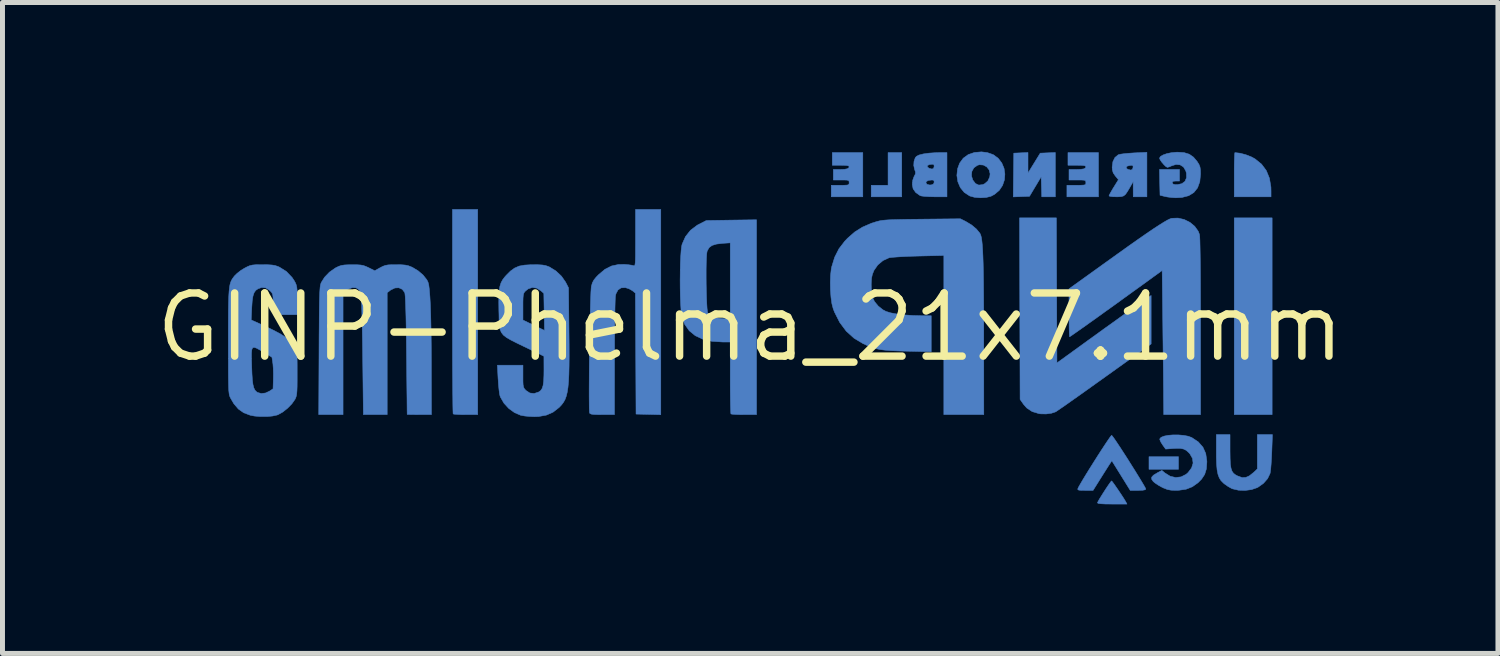
<source format=kicad_pcb>
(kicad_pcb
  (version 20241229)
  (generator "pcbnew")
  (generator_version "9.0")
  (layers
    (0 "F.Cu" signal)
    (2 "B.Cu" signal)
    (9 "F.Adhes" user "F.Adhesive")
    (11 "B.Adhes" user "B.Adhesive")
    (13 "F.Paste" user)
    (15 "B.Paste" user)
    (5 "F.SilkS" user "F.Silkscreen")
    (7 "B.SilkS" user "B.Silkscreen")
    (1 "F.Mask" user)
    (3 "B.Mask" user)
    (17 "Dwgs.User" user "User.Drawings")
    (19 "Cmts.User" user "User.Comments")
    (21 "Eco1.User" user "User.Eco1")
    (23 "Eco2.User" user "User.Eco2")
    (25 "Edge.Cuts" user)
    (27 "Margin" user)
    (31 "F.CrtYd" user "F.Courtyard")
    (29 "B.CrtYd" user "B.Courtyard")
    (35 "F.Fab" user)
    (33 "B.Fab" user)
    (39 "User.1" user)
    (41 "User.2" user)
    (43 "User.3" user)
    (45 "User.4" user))
  (footprint "GINP-Phelma_21x7.1mm"
    (layer "F.Cu")
    (at 12.042 3.534)
    (property "Reference" "GINP-Phelma_21x7.1mm" (at 0 0 0) (layer "F.SilkS") (effects (font (size 1.27 1.27) (thickness 0.15))))
    (attr through_hole)
    (fp_poly (pts (xy 8.615 2.857) (xy 8.022 2.857) (xy 8.022 2.603) (xy 8.615 2.603) (xy 8.615 2.857)) (stroke (width 0.01) (type solid)) (fill yes) (layer "B.Cu"))
    (fp_poly (pts (xy 10.499 1.757) (xy 9.737 1.757) (xy 9.737 -2.201) (xy 10.499 -2.201) (xy 10.499 1.757)) (stroke (width 0.01) (type solid)) (fill yes) (layer "B.Cu"))
    (fp_poly (pts (xy 3.048 -2.625) (xy 2.434 -2.625) (xy 2.434 -2.857) (xy 2.773 -2.857) (xy 2.773 -3.514) (xy 3.048 -3.514) (xy 3.048 -2.625)) (stroke (width 0.01) (type solid)) (fill yes) (layer "B.Cu"))
    (fp_poly (pts (xy 5.588 -3.103) (xy 5.834 -3.503) (xy 6.138 -3.516) (xy 6.138 -2.625) (xy 5.865 -2.625) (xy 5.859 -2.826) (xy 5.853 -3.028) (xy 5.618 -2.635) (xy 5.454 -2.629) (xy 5.291 -2.623) (xy 5.302 -3.503) (xy 5.588 -3.516) (xy 5.588 -3.103)) (stroke (width 0.01) (type solid)) (fill yes) (layer "B.Cu"))
    (fp_poly (pts (xy 9.854 -3.502) (xy 9.972 -3.471) (xy 10.086 -3.426) (xy 10.155 -3.388) (xy 10.286 -3.282) (xy 10.382 -3.153) (xy 10.445 -2.999) (xy 10.475 -2.821) (xy 10.477 -2.738) (xy 10.477 -2.625) (xy 9.737 -2.625) (xy 9.737 -3.069) (xy 9.737 -3.201) (xy 9.739 -3.318) (xy 9.742 -3.412) (xy 9.745 -3.479) (xy 9.749 -3.511) (xy 9.751 -3.514) (xy 9.854 -3.502)) (stroke (width 0.01) (type solid)) (fill yes) (layer "B.Cu"))
    (fp_poly (pts (xy -5.482 1.757) (xy -5.722 1.757) (xy -5.819 1.756) (xy -5.9 1.752) (xy -5.955 1.748) (xy -5.976 1.743) (xy -5.978 1.72) (xy -5.98 1.658) (xy -5.982 1.559) (xy -5.983 1.427) (xy -5.985 1.264) (xy -5.986 1.073) (xy -5.988 0.857) (xy -5.989 0.62) (xy -5.989 0.363) (xy -5.99 0.09) (xy -5.99 -0.196) (xy -5.99 -0.321) (xy -5.99 -2.371) (xy -5.482 -2.371) (xy -5.482 1.757)) (stroke (width 0.01) (type solid)) (fill yes) (layer "B.Cu"))
    (fp_poly (pts (xy 7.285 3.107) (xy 7.317 3.15) (xy 7.361 3.213) (xy 7.411 3.286) (xy 7.462 3.362) (xy 7.507 3.431) (xy 7.541 3.486) (xy 7.554 3.508) (xy 7.579 3.556) (xy 7.282 3.556) (xy 7.149 3.555) (xy 7.056 3.55) (xy 7.002 3.543) (xy 6.985 3.532) (xy 6.996 3.507) (xy 7.024 3.457) (xy 7.066 3.389) (xy 7.114 3.313) (xy 7.163 3.237) (xy 7.209 3.169) (xy 7.245 3.118) (xy 7.267 3.092) (xy 7.27 3.09) (xy 7.285 3.107)) (stroke (width 0.01) (type solid)) (fill yes) (layer "B.Cu"))
    (fp_poly (pts (xy 2.265 -2.625) (xy 1.63 -2.625) (xy 1.63 -2.857) (xy 1.81 -2.857) (xy 1.897 -2.858) (xy 1.95 -2.861) (xy 1.978 -2.869) (xy 1.988 -2.885) (xy 1.99 -2.91) (xy 1.988 -2.937) (xy 1.976 -2.953) (xy 1.945 -2.961) (xy 1.887 -2.963) (xy 1.831 -2.963) (xy 1.672 -2.963) (xy 1.672 -3.175) (xy 1.797 -3.175) (xy 1.894 -3.178) (xy 1.954 -3.189) (xy 1.984 -3.209) (xy 1.99 -3.23) (xy 1.98 -3.246) (xy 1.945 -3.255) (xy 1.879 -3.259) (xy 1.82 -3.26) (xy 1.651 -3.26) (xy 1.651 -3.514) (xy 2.265 -3.514) (xy 2.265 -2.625)) (stroke (width 0.01) (type solid)) (fill yes) (layer "B.Cu"))
    (fp_poly (pts (xy 7.006 -2.625) (xy 6.371 -2.625) (xy 6.371 -2.857) (xy 6.562 -2.857) (xy 6.652 -2.858) (xy 6.708 -2.861) (xy 6.738 -2.868) (xy 6.75 -2.882) (xy 6.752 -2.906) (xy 6.752 -2.91) (xy 6.75 -2.937) (xy 6.739 -2.952) (xy 6.71 -2.96) (xy 6.654 -2.963) (xy 6.583 -2.963) (xy 6.413 -2.963) (xy 6.413 -3.175) (xy 6.549 -3.175) (xy 6.648 -3.178) (xy 6.711 -3.187) (xy 6.744 -3.205) (xy 6.752 -3.23) (xy 6.743 -3.245) (xy 6.709 -3.254) (xy 6.645 -3.259) (xy 6.572 -3.26) (xy 6.392 -3.26) (xy 6.392 -3.514) (xy 7.006 -3.514) (xy 7.006 -2.625)) (stroke (width 0.01) (type solid)) (fill yes) (layer "B.Cu"))
    (fp_poly (pts (xy 6.17 0.717) (xy 6.615 0.395) (xy 6.783 0.273) (xy 6.954 0.15) (xy 7.125 0.026) (xy 7.292 -0.093) (xy 7.45 -0.207) (xy 7.596 -0.312) (xy 7.727 -0.405) (xy 7.837 -0.484) (xy 7.924 -0.545) (xy 7.983 -0.586) (xy 8.006 -0.602) (xy 8.065 -0.64) (xy 8.065 0.335) (xy 7.879 0.468) (xy 7.628 0.649) (xy 7.389 0.82) (xy 7.164 0.981) (xy 6.955 1.13) (xy 6.765 1.266) (xy 6.596 1.386) (xy 6.45 1.489) (xy 6.33 1.574) (xy 6.237 1.638) (xy 6.173 1.682) (xy 6.142 1.702) (xy 6.141 1.702) (xy 6.059 1.729) (xy 5.955 1.743) (xy 5.849 1.742) (xy 5.81 1.737) (xy 5.673 1.696) (xy 5.563 1.623) (xy 5.497 1.548) (xy 5.429 1.45) (xy 5.418 -2.201) (xy 5.788 -2.201) (xy 6.159 -2.201) (xy 6.17 0.717)) (stroke (width 0.01) (type solid)) (fill yes) (layer "B.Cu"))
    (fp_poly (pts (xy 9.652 2.492) (xy 9.654 2.64) (xy 9.659 2.752) (xy 9.672 2.835) (xy 9.692 2.894) (xy 9.722 2.937) (xy 9.765 2.97) (xy 9.806 2.991) (xy 9.892 3.022) (xy 9.967 3.021) (xy 10.042 2.988) (xy 10.127 2.92) (xy 10.134 2.914) (xy 10.202 2.849) (xy 10.202 2.159) (xy 10.505 2.159) (xy 10.492 2.514) (xy 10.486 2.638) (xy 10.479 2.752) (xy 10.471 2.848) (xy 10.462 2.917) (xy 10.457 2.942) (xy 10.408 3.044) (xy 10.326 3.138) (xy 10.22 3.214) (xy 10.198 3.226) (xy 10.085 3.265) (xy 9.954 3.282) (xy 9.821 3.277) (xy 9.704 3.25) (xy 9.682 3.241) (xy 9.611 3.201) (xy 9.537 3.149) (xy 9.519 3.133) (xy 9.471 3.085) (xy 9.436 3.029) (xy 9.41 2.959) (xy 9.392 2.87) (xy 9.382 2.754) (xy 9.377 2.606) (xy 9.377 2.504) (xy 9.377 2.159) (xy 9.652 2.159) (xy 9.652 2.492)) (stroke (width 0.01) (type solid)) (fill yes) (layer "B.Cu"))
    (fp_poly (pts (xy 4.772 -3.514) (xy 4.894 -3.47) (xy 4.99 -3.398) (xy 5.061 -3.305) (xy 5.106 -3.198) (xy 5.123 -3.083) (xy 5.114 -2.966) (xy 5.076 -2.854) (xy 5.01 -2.755) (xy 4.914 -2.674) (xy 4.843 -2.636) (xy 4.747 -2.612) (xy 4.632 -2.605) (xy 4.516 -2.614) (xy 4.418 -2.641) (xy 4.412 -2.644) (xy 4.306 -2.713) (xy 4.227 -2.81) (xy 4.177 -2.927) (xy 4.158 -3.05) (xy 4.45 -3.05) (xy 4.477 -2.963) (xy 4.531 -2.892) (xy 4.597 -2.861) (xy 4.677 -2.87) (xy 4.717 -2.888) (xy 4.78 -2.943) (xy 4.818 -3.024) (xy 4.826 -3.087) (xy 4.807 -3.165) (xy 4.758 -3.227) (xy 4.69 -3.264) (xy 4.611 -3.27) (xy 4.571 -3.259) (xy 4.5 -3.209) (xy 4.459 -3.136) (xy 4.45 -3.05) (xy 4.158 -3.05) (xy 4.157 -3.055) (xy 4.171 -3.188) (xy 4.213 -3.302) (xy 4.286 -3.402) (xy 4.387 -3.475) (xy 4.511 -3.517) (xy 4.652 -3.529) (xy 4.772 -3.514)) (stroke (width 0.01) (type solid)) (fill yes) (layer "B.Cu"))
    (fp_poly (pts (xy 7.98 -2.625) (xy 7.705 -2.625) (xy 7.704 -2.778) (xy 7.704 -2.932) (xy 7.638 -2.815) (xy 7.588 -2.73) (xy 7.549 -2.674) (xy 7.511 -2.643) (xy 7.464 -2.629) (xy 7.398 -2.625) (xy 7.363 -2.625) (xy 7.291 -2.627) (xy 7.239 -2.634) (xy 7.218 -2.643) (xy 7.218 -2.644) (xy 7.228 -2.67) (xy 7.256 -2.721) (xy 7.296 -2.79) (xy 7.312 -2.816) (xy 7.407 -2.969) (xy 7.344 -3.045) (xy 7.302 -3.107) (xy 7.284 -3.171) (xy 7.282 -3.217) (xy 7.562 -3.217) (xy 7.577 -3.19) (xy 7.602 -3.176) (xy 7.658 -3.162) (xy 7.689 -3.178) (xy 7.701 -3.215) (xy 7.701 -3.247) (xy 7.679 -3.258) (xy 7.639 -3.256) (xy 7.584 -3.242) (xy 7.562 -3.217) (xy 7.282 -3.217) (xy 7.281 -3.224) (xy 7.296 -3.332) (xy 7.337 -3.416) (xy 7.403 -3.47) (xy 7.406 -3.471) (xy 7.447 -3.482) (xy 7.521 -3.492) (xy 7.616 -3.501) (xy 7.72 -3.508) (xy 7.98 -3.52) (xy 7.98 -2.625)) (stroke (width 0.01) (type solid)) (fill yes) (layer "B.Cu"))
    (fp_poly (pts (xy 7.287 2.19) (xy 7.321 2.237) (xy 7.371 2.31) (xy 7.433 2.403) (xy 7.503 2.511) (xy 7.578 2.627) (xy 7.654 2.748) (xy 7.729 2.867) (xy 7.799 2.98) (xy 7.86 3.08) (xy 7.909 3.162) (xy 7.943 3.221) (xy 7.957 3.252) (xy 7.958 3.254) (xy 7.943 3.269) (xy 7.896 3.278) (xy 7.812 3.281) (xy 7.802 3.281) (xy 7.645 3.281) (xy 7.46 2.983) (xy 7.275 2.685) (xy 7.235 2.745) (xy 7.209 2.785) (xy 7.166 2.853) (xy 7.112 2.938) (xy 7.053 3.032) (xy 7.046 3.043) (xy 6.897 3.281) (xy 6.738 3.281) (xy 6.657 3.28) (xy 6.611 3.276) (xy 6.591 3.266) (xy 6.59 3.25) (xy 6.592 3.244) (xy 6.611 3.205) (xy 6.648 3.14) (xy 6.7 3.052) (xy 6.763 2.948) (xy 6.834 2.834) (xy 6.91 2.713) (xy 6.986 2.593) (xy 7.06 2.478) (xy 7.128 2.374) (xy 7.186 2.287) (xy 7.232 2.22) (xy 7.262 2.181) (xy 7.271 2.173) (xy 7.287 2.19)) (stroke (width 0.01) (type solid)) (fill yes) (layer "B.Cu"))
    (fp_poly (pts (xy 8.728 -3.514) (xy 8.832 -3.482) (xy 8.917 -3.423) (xy 8.991 -3.335) (xy 9.028 -3.276) (xy 9.048 -3.225) (xy 9.057 -3.165) (xy 9.059 -3.083) (xy 9.044 -2.929) (xy 8.999 -2.805) (xy 8.924 -2.711) (xy 8.82 -2.647) (xy 8.685 -2.612) (xy 8.562 -2.605) (xy 8.472 -2.611) (xy 8.383 -2.623) (xy 8.34 -2.632) (xy 8.244 -2.656) (xy 8.238 -2.916) (xy 8.233 -3.175) (xy 8.636 -3.175) (xy 8.636 -2.942) (xy 8.56 -2.942) (xy 8.51 -2.938) (xy 8.492 -2.922) (xy 8.492 -2.905) (xy 8.507 -2.881) (xy 8.546 -2.871) (xy 8.593 -2.87) (xy 8.683 -2.889) (xy 8.746 -2.936) (xy 8.777 -3.009) (xy 8.775 -3.101) (xy 8.761 -3.149) (xy 8.716 -3.225) (xy 8.648 -3.268) (xy 8.565 -3.276) (xy 8.48 -3.249) (xy 8.429 -3.227) (xy 8.392 -3.217) (xy 8.392 -3.217) (xy 8.362 -3.233) (xy 8.321 -3.273) (xy 8.278 -3.323) (xy 8.246 -3.371) (xy 8.234 -3.403) (xy 8.253 -3.436) (xy 8.306 -3.467) (xy 8.383 -3.494) (xy 8.476 -3.513) (xy 8.574 -3.522) (xy 8.594 -3.523) (xy 8.728 -3.514)) (stroke (width 0.01) (type solid)) (fill yes) (layer "B.Cu"))
    (fp_poly (pts (xy 3.958 -2.625) (xy 3.709 -2.625) (xy 3.604 -2.628) (xy 3.513 -2.633) (xy 3.447 -2.641) (xy 3.418 -2.649) (xy 3.328 -2.713) (xy 3.277 -2.786) (xy 3.26 -2.873) (xy 3.26 -2.877) (xy 3.264 -2.91) (xy 3.535 -2.91) (xy 3.553 -2.877) (xy 3.607 -2.863) (xy 3.641 -2.864) (xy 3.686 -2.881) (xy 3.7 -2.916) (xy 3.697 -2.952) (xy 3.666 -2.963) (xy 3.654 -2.963) (xy 3.583 -2.955) (xy 3.542 -2.931) (xy 3.535 -2.91) (xy 3.264 -2.91) (xy 3.27 -2.961) (xy 3.296 -3.033) (xy 3.299 -3.037) (xy 3.323 -3.086) (xy 3.324 -3.126) (xy 3.308 -3.172) (xy 3.296 -3.227) (xy 3.562 -3.227) (xy 3.596 -3.2) (xy 3.604 -3.197) (xy 3.659 -3.183) (xy 3.69 -3.2) (xy 3.7 -3.235) (xy 3.696 -3.271) (xy 3.665 -3.281) (xy 3.601 -3.273) (xy 3.565 -3.253) (xy 3.562 -3.227) (xy 3.296 -3.227) (xy 3.29 -3.253) (xy 3.295 -3.338) (xy 3.32 -3.41) (xy 3.343 -3.438) (xy 3.394 -3.465) (xy 3.48 -3.487) (xy 3.592 -3.503) (xy 3.723 -3.512) (xy 3.794 -3.514) (xy 3.958 -3.514) (xy 3.958 -2.625)) (stroke (width 0.01) (type solid)) (fill yes) (layer "B.Cu"))
    (fp_poly (pts (xy 8.716 2.174) (xy 8.809 2.191) (xy 8.882 2.218) (xy 9.013 2.305) (xy 9.107 2.412) (xy 9.164 2.54) (xy 9.186 2.692) (xy 9.186 2.714) (xy 9.176 2.85) (xy 9.142 2.96) (xy 9.08 3.054) (xy 9.008 3.127) (xy 8.894 3.208) (xy 8.767 3.258) (xy 8.619 3.279) (xy 8.562 3.281) (xy 8.466 3.277) (xy 8.392 3.263) (xy 8.315 3.233) (xy 8.284 3.218) (xy 8.209 3.176) (xy 8.143 3.132) (xy 8.106 3.1) (xy 8.075 3.055) (xy 8.076 3.015) (xy 8.112 2.975) (xy 8.187 2.929) (xy 8.191 2.927) (xy 8.281 2.879) (xy 8.343 2.931) (xy 8.448 2.996) (xy 8.558 3.022) (xy 8.668 3.009) (xy 8.768 2.958) (xy 8.808 2.923) (xy 8.879 2.829) (xy 8.909 2.733) (xy 8.897 2.637) (xy 8.844 2.545) (xy 8.823 2.522) (xy 8.772 2.476) (xy 8.718 2.449) (xy 8.652 2.436) (xy 8.561 2.436) (xy 8.505 2.439) (xy 8.357 2.45) (xy 8.295 2.364) (xy 8.26 2.308) (xy 8.24 2.261) (xy 8.239 2.245) (xy 8.265 2.214) (xy 8.324 2.19) (xy 8.407 2.173) (xy 8.506 2.165) (xy 8.612 2.165) (xy 8.716 2.174)) (stroke (width 0.01) (type solid)) (fill yes) (layer "B.Cu"))
    (fp_poly (pts (xy 8.731 -2.168) (xy 8.846 -2.111) (xy 8.943 -2.03) (xy 9.013 -1.931) (xy 9.037 -1.869) (xy 9.042 -1.83) (xy 9.046 -1.749) (xy 9.049 -1.627) (xy 9.052 -1.462) (xy 9.055 -1.257) (xy 9.057 -1.011) (xy 9.058 -0.723) (xy 9.059 -0.396) (xy 9.059 -0.028) (xy 9.059 -0.016) (xy 9.059 1.757) (xy 8.319 1.757) (xy 8.315 1.381) (xy 8.315 1.283) (xy 8.313 1.149) (xy 8.312 0.984) (xy 8.31 0.795) (xy 8.307 0.588) (xy 8.305 0.369) (xy 8.302 0.145) (xy 8.3 -0.069) (xy 8.287 -1.143) (xy 7.885 -0.851) (xy 7.694 -0.714) (xy 7.506 -0.578) (xy 7.324 -0.446) (xy 7.149 -0.321) (xy 6.987 -0.204) (xy 6.838 -0.098) (xy 6.708 -0.005) (xy 6.598 0.072) (xy 6.513 0.132) (xy 6.455 0.172) (xy 6.427 0.19) (xy 6.425 0.191) (xy 6.422 0.17) (xy 6.419 0.114) (xy 6.416 0.027) (xy 6.415 -0.085) (xy 6.414 -0.215) (xy 6.413 -0.292) (xy 6.413 -0.774) (xy 7.148 -1.302) (xy 7.402 -1.484) (xy 7.623 -1.642) (xy 7.815 -1.777) (xy 7.979 -1.891) (xy 8.116 -1.984) (xy 8.23 -2.058) (xy 8.321 -2.115) (xy 8.392 -2.156) (xy 8.444 -2.181) (xy 8.48 -2.193) (xy 8.606 -2.197) (xy 8.731 -2.168)) (stroke (width 0.01) (type solid)) (fill yes) (layer "B.Cu"))
    (fp_poly (pts (xy 0.127 1.757) (xy -0.123 1.757) (xy -0.222 1.756) (xy -0.306 1.753) (xy -0.364 1.748) (xy -0.388 1.743) (xy -0.391 1.719) (xy -0.394 1.658) (xy -0.397 1.564) (xy -0.399 1.444) (xy -0.401 1.3) (xy -0.402 1.14) (xy -0.402 1.012) (xy -0.402 0.296) (xy -0.554 0.296) (xy -0.769 0.282) (xy -0.952 0.24) (xy -1.105 0.169) (xy -1.226 0.07) (xy -1.317 -0.058) (xy -1.369 -0.187) (xy -1.382 -0.252) (xy -1.392 -0.352) (xy -1.4 -0.48) (xy -1.406 -0.629) (xy -1.409 -0.79) (xy -1.41 -0.958) (xy -1.409 -1.014) (xy -0.887 -1.014) (xy -0.886 -0.87) (xy -0.883 -0.727) (xy -0.879 -0.593) (xy -0.874 -0.475) (xy -0.868 -0.379) (xy -0.86 -0.312) (xy -0.853 -0.283) (xy -0.802 -0.233) (xy -0.715 -0.197) (xy -0.591 -0.177) (xy -0.503 -0.172) (xy -0.402 -0.169) (xy -0.402 -1.699) (xy -0.556 -1.689) (xy -0.679 -1.674) (xy -0.767 -1.647) (xy -0.826 -1.604) (xy -0.862 -1.542) (xy -0.869 -1.521) (xy -0.876 -1.472) (xy -0.881 -1.389) (xy -0.885 -1.281) (xy -0.887 -1.154) (xy -0.887 -1.014) (xy -1.409 -1.014) (xy -1.408 -1.124) (xy -1.405 -1.282) (xy -1.398 -1.424) (xy -1.39 -1.543) (xy -1.379 -1.632) (xy -1.37 -1.672) (xy -1.302 -1.825) (xy -1.2 -1.953) (xy -1.066 -2.054) (xy -1.028 -2.074) (xy -0.883 -2.148) (xy -0.378 -2.156) (xy 0.127 -2.163) (xy 0.127 1.757)) (stroke (width 0.01) (type solid)) (fill yes) (layer "B.Cu"))
    (fp_poly (pts (xy -1.799 1.758) (xy -2.048 1.752) (xy -2.297 1.746) (xy -2.303 0.529) (xy -2.31 -0.688) (xy -2.373 -0.738) (xy -2.438 -0.775) (xy -2.512 -0.798) (xy -2.514 -0.798) (xy -2.598 -0.793) (xy -2.66 -0.751) (xy -2.701 -0.674) (xy -2.71 -0.634) (xy -2.714 -0.595) (xy -2.717 -0.519) (xy -2.72 -0.408) (xy -2.723 -0.268) (xy -2.725 -0.102) (xy -2.727 0.084) (xy -2.729 0.287) (xy -2.729 0.502) (xy -2.73 0.609) (xy -2.731 1.757) (xy -2.975 1.757) (xy -3.082 1.756) (xy -3.155 1.753) (xy -3.199 1.746) (xy -3.223 1.735) (xy -3.232 1.723) (xy -3.235 1.692) (xy -3.238 1.623) (xy -3.239 1.521) (xy -3.24 1.391) (xy -3.24 1.237) (xy -3.239 1.064) (xy -3.238 0.876) (xy -3.236 0.678) (xy -3.233 0.475) (xy -3.23 0.272) (xy -3.226 0.072) (xy -3.223 -0.119) (xy -3.218 -0.297) (xy -3.214 -0.456) (xy -3.209 -0.594) (xy -3.205 -0.704) (xy -3.2 -0.782) (xy -3.196 -0.824) (xy -3.195 -0.825) (xy -3.176 -0.893) (xy -3.146 -0.95) (xy -3.099 -1.009) (xy -3.05 -1.059) (xy -2.923 -1.166) (xy -2.791 -1.233) (xy -2.647 -1.264) (xy -2.529 -1.265) (xy -2.449 -1.258) (xy -2.383 -1.249) (xy -2.344 -1.239) (xy -2.333 -1.237) (xy -2.325 -1.243) (xy -2.318 -1.262) (xy -2.313 -1.299) (xy -2.31 -1.358) (xy -2.308 -1.444) (xy -2.308 -1.561) (xy -2.307 -1.714) (xy -2.307 -1.797) (xy -2.307 -2.371) (xy -1.799 -2.371) (xy -1.799 1.758)) (stroke (width 0.01) (type solid)) (fill yes) (layer "B.Cu"))
    (fp_poly (pts (xy 4.336 -2.129) (xy 4.452 -2.059) (xy 4.549 -1.978) (xy 4.617 -1.896) (xy 4.628 -1.877) (xy 4.64 -1.846) (xy 4.651 -1.802) (xy 4.66 -1.741) (xy 4.668 -1.662) (xy 4.675 -1.561) (xy 4.681 -1.438) (xy 4.686 -1.288) (xy 4.69 -1.111) (xy 4.693 -0.903) (xy 4.695 -0.661) (xy 4.697 -0.385) (xy 4.698 -0.071) (xy 4.698 0.249) (xy 4.699 1.757) (xy 3.895 1.757) (xy 3.895 -1.445) (xy 3.381 -1.433) (xy 3.234 -1.429) (xy 3.096 -1.423) (xy 2.976 -1.416) (xy 2.879 -1.409) (xy 2.814 -1.402) (xy 2.792 -1.398) (xy 2.67 -1.342) (xy 2.566 -1.254) (xy 2.49 -1.145) (xy 2.486 -1.136) (xy 2.457 -1.063) (xy 2.441 -0.988) (xy 2.435 -0.894) (xy 2.434 -0.857) (xy 2.437 -0.765) (xy 2.444 -0.68) (xy 2.454 -0.618) (xy 2.455 -0.612) (xy 2.5 -0.518) (xy 2.575 -0.427) (xy 2.669 -0.352) (xy 2.729 -0.32) (xy 2.822 -0.291) (xy 2.949 -0.267) (xy 3.104 -0.249) (xy 3.278 -0.237) (xy 3.445 -0.233) (xy 3.641 -0.233) (xy 3.641 0.492) (xy 3.159 0.481) (xy 2.977 0.476) (xy 2.83 0.47) (xy 2.71 0.46) (xy 2.61 0.447) (xy 2.522 0.427) (xy 2.439 0.401) (xy 2.354 0.367) (xy 2.269 0.328) (xy 2.088 0.219) (xy 1.931 0.077) (xy 1.8 -0.099) (xy 1.695 -0.307) (xy 1.669 -0.375) (xy 1.643 -0.475) (xy 1.625 -0.604) (xy 1.614 -0.75) (xy 1.611 -0.901) (xy 1.616 -1.045) (xy 1.63 -1.17) (xy 1.639 -1.215) (xy 1.699 -1.41) (xy 1.784 -1.578) (xy 1.901 -1.731) (xy 1.956 -1.789) (xy 2.103 -1.918) (xy 2.26 -2.016) (xy 2.438 -2.093) (xy 2.519 -2.119) (xy 2.563 -2.131) (xy 2.605 -2.142) (xy 2.652 -2.15) (xy 2.708 -2.156) (xy 2.777 -2.161) (xy 2.866 -2.165) (xy 2.978 -2.168) (xy 3.118 -2.171) (xy 3.293 -2.173) (xy 3.453 -2.175) (xy 4.228 -2.183) (xy 4.336 -2.129)) (stroke (width 0.01) (type solid)) (fill yes) (layer "B.Cu"))
    (fp_poly (pts (xy -7.018 -1.258) (xy -6.942 -1.252) (xy -6.882 -1.24) (xy -6.824 -1.218) (xy -6.793 -1.204) (xy -6.68 -1.136) (xy -6.58 -1.05) (xy -6.505 -0.955) (xy -6.482 -0.91) (xy -6.467 -0.854) (xy -6.455 -0.758) (xy -6.444 -0.622) (xy -6.434 -0.444) (xy -6.427 -0.226) (xy -6.421 0.033) (xy -6.417 0.335) (xy -6.415 0.678) (xy -6.415 0.873) (xy -6.413 1.757) (xy -6.657 1.757) (xy -6.753 1.756) (xy -6.831 1.755) (xy -6.883 1.754) (xy -6.901 1.752) (xy -6.901 1.73) (xy -6.902 1.67) (xy -6.903 1.575) (xy -6.904 1.449) (xy -6.906 1.296) (xy -6.908 1.12) (xy -6.91 0.924) (xy -6.912 0.713) (xy -6.914 0.55) (xy -6.917 0.255) (xy -6.921 0.002) (xy -6.925 -0.211) (xy -6.93 -0.385) (xy -6.935 -0.519) (xy -6.94 -0.616) (xy -6.946 -0.676) (xy -6.95 -0.698) (xy -7 -0.764) (xy -7.069 -0.795) (xy -7.148 -0.791) (xy -7.233 -0.75) (xy -7.246 -0.74) (xy -7.303 -0.695) (xy -7.303 1.757) (xy -7.782 1.757) (xy -7.796 0.577) (xy -7.799 0.331) (xy -7.803 0.104) (xy -7.807 -0.101) (xy -7.812 -0.28) (xy -7.816 -0.43) (xy -7.821 -0.548) (xy -7.826 -0.631) (xy -7.831 -0.676) (xy -7.831 -0.679) (xy -7.87 -0.754) (xy -7.929 -0.794) (xy -8.004 -0.798) (xy -8.09 -0.765) (xy -8.113 -0.751) (xy -8.191 -0.697) (xy -8.191 1.757) (xy -8.68 1.757) (xy -8.674 0.471) (xy -8.673 0.204) (xy -8.671 -0.024) (xy -8.67 -0.217) (xy -8.668 -0.377) (xy -8.666 -0.508) (xy -8.663 -0.613) (xy -8.66 -0.696) (xy -8.656 -0.76) (xy -8.652 -0.809) (xy -8.647 -0.845) (xy -8.64 -0.872) (xy -8.633 -0.893) (xy -8.63 -0.9) (xy -8.562 -1.008) (xy -8.464 -1.11) (xy -8.347 -1.192) (xy -8.329 -1.202) (xy -8.274 -1.228) (xy -8.221 -1.245) (xy -8.159 -1.254) (xy -8.074 -1.258) (xy -8.012 -1.258) (xy -7.91 -1.258) (xy -7.837 -1.253) (xy -7.779 -1.242) (xy -7.724 -1.221) (xy -7.676 -1.199) (xy -7.553 -1.138) (xy -7.444 -1.199) (xy -7.389 -1.227) (xy -7.34 -1.245) (xy -7.285 -1.255) (xy -7.21 -1.259) (xy -7.123 -1.259) (xy -7.018 -1.258)) (stroke (width 0.01) (type solid)) (fill yes) (layer "B.Cu"))
    (fp_poly (pts (xy -4.259 -1.258) (xy -4.178 -1.253) (xy -4.117 -1.242) (xy -4.064 -1.224) (xy -4.04 -1.214) (xy -3.911 -1.135) (xy -3.797 -1.028) (xy -3.712 -0.906) (xy -3.71 -0.901) (xy -3.655 -0.794) (xy -3.646 0.064) (xy -3.643 0.339) (xy -3.642 0.576) (xy -3.644 0.778) (xy -3.648 0.948) (xy -3.655 1.09) (xy -3.666 1.208) (xy -3.681 1.305) (xy -3.7 1.384) (xy -3.724 1.45) (xy -3.754 1.505) (xy -3.79 1.554) (xy -3.831 1.599) (xy -3.845 1.613) (xy -3.967 1.708) (xy -4.102 1.767) (xy -4.257 1.795) (xy -4.339 1.798) (xy -4.437 1.794) (xy -4.533 1.785) (xy -4.607 1.772) (xy -4.617 1.77) (xy -4.741 1.717) (xy -4.857 1.633) (xy -4.954 1.527) (xy -5.023 1.408) (xy -5.034 1.38) (xy -5.044 1.332) (xy -5.054 1.253) (xy -5.064 1.153) (xy -5.071 1.043) (xy -5.072 1.036) (xy -5.086 0.762) (xy -4.572 0.762) (xy -4.572 0.986) (xy -4.572 1.086) (xy -4.569 1.153) (xy -4.561 1.198) (xy -4.548 1.229) (xy -4.525 1.256) (xy -4.51 1.272) (xy -4.434 1.322) (xy -4.347 1.332) (xy -4.256 1.302) (xy -4.216 1.274) (xy -4.187 1.232) (xy -4.167 1.171) (xy -4.155 1.083) (xy -4.15 0.964) (xy -4.149 0.859) (xy -4.15 0.582) (xy -4.549 0.388) (xy -4.698 0.316) (xy -4.814 0.257) (xy -4.901 0.207) (xy -4.964 0.158) (xy -5.006 0.105) (xy -5.032 0.043) (xy -5.046 -0.036) (xy -5.052 -0.137) (xy -5.054 -0.266) (xy -5.056 -0.328) (xy -5.057 -0.413) (xy -4.572 -0.413) (xy -4.572 -0.146) (xy -4.355 -0.041) (xy -4.269 -0.000126) (xy -4.199 0.034) (xy -4.153 0.056) (xy -4.138 0.063) (xy -4.138 0.043) (xy -4.14 -0.012) (xy -4.141 -0.097) (xy -4.143 -0.203) (xy -4.145 -0.309) (xy -4.152 -0.682) (xy -4.209 -0.733) (xy -4.295 -0.788) (xy -4.383 -0.801) (xy -4.467 -0.773) (xy -4.521 -0.73) (xy -4.542 -0.707) (xy -4.556 -0.681) (xy -4.565 -0.644) (xy -4.57 -0.589) (xy -4.572 -0.506) (xy -4.572 -0.413) (xy -5.057 -0.413) (xy -5.058 -0.5) (xy -5.056 -0.636) (xy -5.049 -0.742) (xy -5.035 -0.827) (xy -5.013 -0.895) (xy -4.982 -0.954) (xy -4.94 -1.01) (xy -4.908 -1.046) (xy -4.822 -1.132) (xy -4.739 -1.192) (xy -4.649 -1.231) (xy -4.541 -1.251) (xy -4.405 -1.259) (xy -4.371 -1.259) (xy -4.259 -1.258)) (stroke (width 0.01) (type solid)) (fill yes) (layer "B.Cu"))
    (fp_poly (pts (xy -9.7 -1.258) (xy -9.62 -1.253) (xy -9.559 -1.243) (xy -9.505 -1.225) (xy -9.472 -1.211) (xy -9.331 -1.123) (xy -9.215 -1.001) (xy -9.17 -0.933) (xy -9.148 -0.892) (xy -9.132 -0.852) (xy -9.121 -0.803) (xy -9.114 -0.737) (xy -9.109 -0.644) (xy -9.106 -0.547) (xy -9.096 -0.254) (xy -9.584 -0.254) (xy -9.592 -0.468) (xy -9.597 -0.566) (xy -9.602 -0.631) (xy -9.612 -0.673) (xy -9.629 -0.703) (xy -9.656 -0.731) (xy -9.669 -0.743) (xy -9.747 -0.793) (xy -9.827 -0.801) (xy -9.903 -0.774) (xy -9.947 -0.743) (xy -9.98 -0.696) (xy -10.003 -0.628) (xy -10.018 -0.533) (xy -10.027 -0.402) (xy -10.028 -0.386) (xy -10.039 -0.148) (xy -9.893 -0.083) (xy -9.708 0.002) (xy -9.558 0.076) (xy -9.438 0.141) (xy -9.344 0.203) (xy -9.272 0.262) (xy -9.216 0.323) (xy -9.171 0.389) (xy -9.159 0.412) (xy -9.143 0.444) (xy -9.132 0.477) (xy -9.124 0.519) (xy -9.119 0.576) (xy -9.115 0.654) (xy -9.114 0.76) (xy -9.114 0.901) (xy -9.114 0.931) (xy -9.114 1.079) (xy -9.115 1.191) (xy -9.118 1.274) (xy -9.123 1.334) (xy -9.13 1.378) (xy -9.141 1.413) (xy -9.155 1.445) (xy -9.159 1.452) (xy -9.221 1.54) (xy -9.307 1.628) (xy -9.404 1.705) (xy -9.499 1.758) (xy -9.518 1.765) (xy -9.609 1.785) (xy -9.725 1.796) (xy -9.851 1.796) (xy -9.97 1.786) (xy -10.055 1.77) (xy -10.189 1.72) (xy -10.297 1.644) (xy -10.389 1.536) (xy -10.454 1.424) (xy -10.464 1.403) (xy -10.473 1.381) (xy -10.48 1.353) (xy -10.485 1.317) (xy -10.49 1.268) (xy -10.493 1.203) (xy -10.495 1.118) (xy -10.497 1.009) (xy -10.498 0.873) (xy -10.498 0.705) (xy -10.499 0.522) (xy -10.033 0.522) (xy -10.033 0.627) (xy -10.029 0.771) (xy -10.029 0.778) (xy -10.023 0.937) (xy -10.015 1.06) (xy -10.003 1.152) (xy -9.986 1.218) (xy -9.963 1.265) (xy -9.932 1.297) (xy -9.911 1.311) (xy -9.837 1.332) (xy -9.751 1.322) (xy -9.671 1.285) (xy -9.599 1.237) (xy -9.593 1.036) (xy -9.592 0.932) (xy -9.595 0.827) (xy -9.601 0.741) (xy -9.604 0.72) (xy -9.621 0.603) (xy -9.788 0.503) (xy -9.874 0.451) (xy -9.938 0.417) (xy -9.982 0.403) (xy -10.011 0.414) (xy -10.027 0.452) (xy -10.033 0.522) (xy -10.499 0.522) (xy -10.499 0.502) (xy -10.499 0.29) (xy -10.499 0.038) (xy -10.498 -0.176) (xy -10.497 -0.354) (xy -10.494 -0.502) (xy -10.49 -0.622) (xy -10.484 -0.719) (xy -10.476 -0.795) (xy -10.466 -0.856) (xy -10.453 -0.904) (xy -10.436 -0.944) (xy -10.416 -0.978) (xy -10.391 -1.012) (xy -10.375 -1.033) (xy -10.321 -1.086) (xy -10.247 -1.144) (xy -10.177 -1.187) (xy -10.116 -1.219) (xy -10.066 -1.24) (xy -10.016 -1.252) (xy -9.953 -1.258) (xy -9.866 -1.259) (xy -9.811 -1.259) (xy -9.7 -1.258)) (stroke (width 0.01) (type solid)) (fill yes) (layer "B.Cu")))
  (gr_rect
    (start -3 -3)
    (end 27.084 10.095)
    (stroke (width 0.1) (type default))
    (fill no)
    (layer "Edge.Cuts")))
</source>
